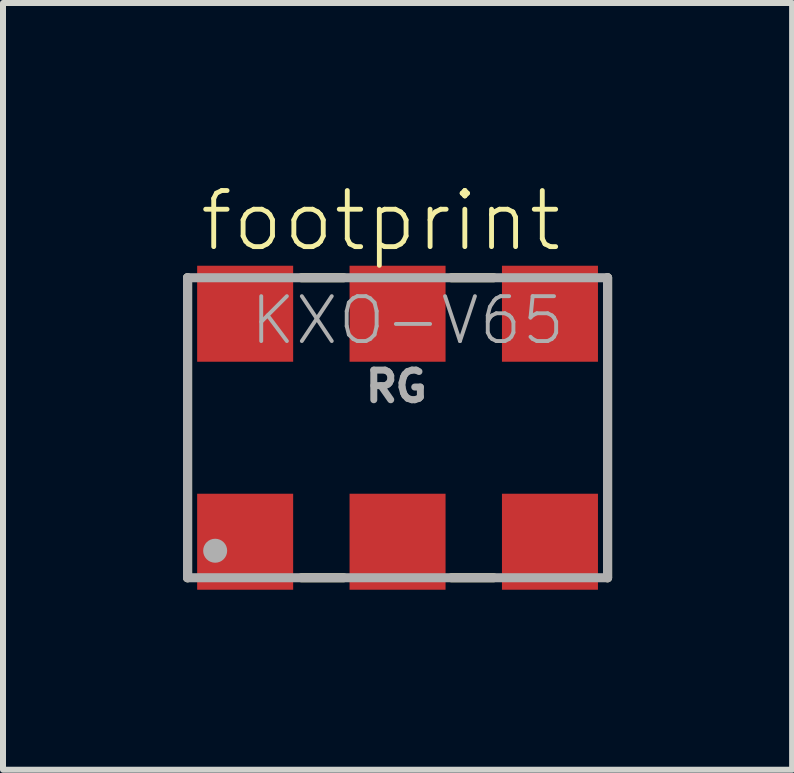
<source format=kicad_pcb>
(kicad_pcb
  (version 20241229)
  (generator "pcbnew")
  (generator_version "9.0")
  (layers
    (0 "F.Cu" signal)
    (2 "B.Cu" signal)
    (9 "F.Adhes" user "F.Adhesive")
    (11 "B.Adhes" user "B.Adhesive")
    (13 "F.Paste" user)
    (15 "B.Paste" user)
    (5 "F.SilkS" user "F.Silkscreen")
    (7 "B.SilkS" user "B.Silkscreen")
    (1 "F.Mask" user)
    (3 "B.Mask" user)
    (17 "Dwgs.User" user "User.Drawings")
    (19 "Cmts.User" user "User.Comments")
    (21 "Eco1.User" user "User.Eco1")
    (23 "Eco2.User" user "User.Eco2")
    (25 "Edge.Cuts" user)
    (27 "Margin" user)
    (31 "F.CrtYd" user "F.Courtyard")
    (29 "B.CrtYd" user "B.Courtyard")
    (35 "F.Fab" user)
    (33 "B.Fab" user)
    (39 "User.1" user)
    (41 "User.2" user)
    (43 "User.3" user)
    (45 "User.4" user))
  (footprint "footprint"
    (layer "F.Cu")
    (at 3.576 4.079)
    (property "Reference" "footprint" (at -3.34 -2.9 0) (layer "F.SilkS") (effects (font (size 0.935 0.935) (thickness 0.081)) (justify left bottom)))
    (fp_line (start -3.5 -2.5) (end -3.5 2.5) (stroke (width 0.152) (type solid)) (layer "F.SilkS"))
    (fp_line (start -1.6 -2.5) (end -0.9 -2.5) (stroke (width 0.152) (type solid)) (layer "F.SilkS"))
    (fp_line (start -1.6 2.5) (end -0.9 2.5) (stroke (width 0.152) (type solid)) (layer "F.SilkS"))
    (fp_line (start 0.9 -2.5) (end 1.6 -2.5) (stroke (width 0.152) (type solid)) (layer "F.SilkS"))
    (fp_line (start 0.9 2.5) (end 1.6 2.5) (stroke (width 0.152) (type solid)) (layer "F.SilkS"))
    (fp_line (start 3.5 -2.5) (end 3.5 2.5) (stroke (width 0.152) (type solid)) (layer "F.SilkS"))
    (fp_line (start -3.5 -2.5) (end -3.5 2.5) (stroke (width 0.152) (type solid)) (layer "F.Fab"))
    (fp_line (start -3.5 2.5) (end 3.5 2.5) (stroke (width 0.152) (type solid)) (layer "F.Fab"))
    (fp_line (start 3.5 -2.5) (end -3.5 -2.5) (stroke (width 0.152) (type solid)) (layer "F.Fab"))
    (fp_line (start 3.5 2.5) (end 3.5 -2.5) (stroke (width 0.152) (type solid)) (layer "F.Fab"))
    (fp_circle (center -3.04 2.05) (end -2.94 2.05) (stroke (width 0.2) (type solid)) (fill no) (layer "F.Fab"))
    (fp_text user "RG" (at -0.59 -0.4 0) (layer "F.Fab") (effects (font (size 0.494 0.494) (thickness 0.116)) (justify left bottom)))
    (fp_text user "KXO-V65" (at -2.493 -1.35 0) (layer "F.Fab") (effects (font (size 0.748 0.748) (thickness 0.065)) (justify left bottom)))
    (pad "1" smd rect (at -2.54 1.9) (size 1.6 1.6) (layers "F.Cu" "F.Mask" "F.Paste"))
    (pad "2" smd rect (at 0 1.9) (size 1.6 1.6) (layers "F.Cu" "F.Mask" "F.Paste"))
    (pad "3" smd rect (at 2.54 1.9) (size 1.6 1.6) (layers "F.Cu" "F.Mask" "F.Paste"))
    (pad "4" smd rect (at 2.54 -1.9) (size 1.6 1.6) (layers "F.Cu" "F.Mask" "F.Paste"))
    (pad "5" smd rect (at 0 -1.9) (size 1.6 1.6) (layers "F.Cu" "F.Mask" "F.Paste"))
    (pad "6" smd rect (at -2.54 -1.9) (size 1.6 1.6) (layers "F.Cu" "F.Mask" "F.Paste")))
  (gr_rect
    (start -3 -3)
    (end 10.152 9.779)
    (stroke (width 0.1) (type default))
    (fill no)
    (layer "Edge.Cuts")))
</source>
